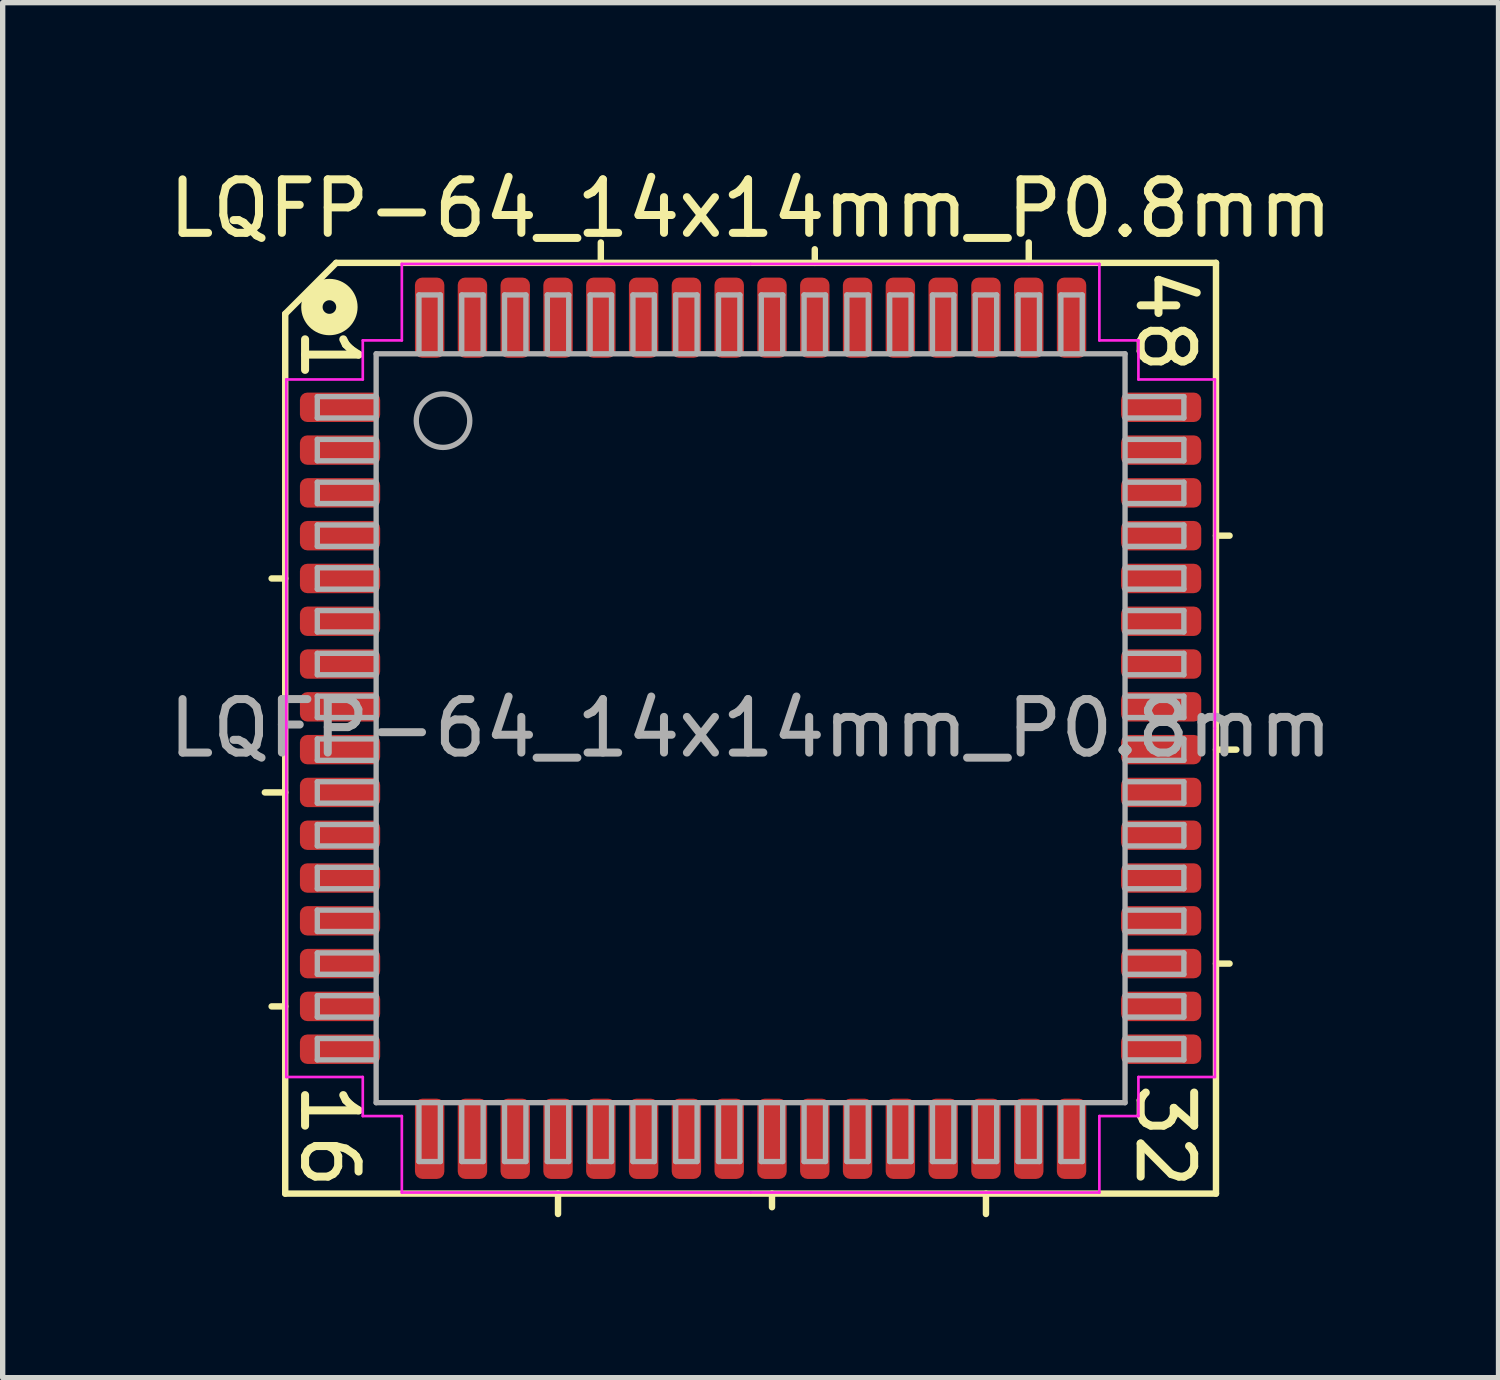
<source format=kicad_pcb>
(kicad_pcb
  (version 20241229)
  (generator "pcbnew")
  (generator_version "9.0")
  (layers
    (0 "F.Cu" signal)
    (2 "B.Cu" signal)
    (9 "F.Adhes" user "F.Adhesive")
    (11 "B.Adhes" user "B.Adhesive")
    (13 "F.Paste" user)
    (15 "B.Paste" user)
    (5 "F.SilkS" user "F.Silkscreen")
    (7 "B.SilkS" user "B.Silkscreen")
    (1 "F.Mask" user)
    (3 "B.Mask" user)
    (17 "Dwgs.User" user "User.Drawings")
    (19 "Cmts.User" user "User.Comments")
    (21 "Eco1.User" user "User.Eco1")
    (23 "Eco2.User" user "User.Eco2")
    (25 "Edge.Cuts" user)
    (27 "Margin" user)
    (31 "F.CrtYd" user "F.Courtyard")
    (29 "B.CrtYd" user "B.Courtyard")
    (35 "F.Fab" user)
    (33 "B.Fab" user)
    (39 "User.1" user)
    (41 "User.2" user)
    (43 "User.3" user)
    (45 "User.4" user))
  (footprint "LQFP-64_14x14mm_P0.8mm"
    (layer "F.Cu")
    (at 10.982 10.564)
    (property "Reference" "LQFP-64_14x14mm_P0.8mm" (at 0 -9.716 0) (layer "F.SilkS") (effects (font (size 1 1) (thickness 0.15))))
    (attr smd)
    (fp_line (start -8.7 -7.747) (end -8.7 8.7) (stroke (width 0.12) (type solid)) (layer "F.SilkS"))
    (fp_line (start -8.7 -2.8) (end -8.954 -2.8) (stroke (width 0.12) (type solid)) (layer "F.SilkS"))
    (fp_line (start -8.7 1.2) (end -9.081 1.2) (stroke (width 0.12) (type solid)) (layer "F.SilkS"))
    (fp_line (start -8.7 5.2) (end -8.954 5.2) (stroke (width 0.12) (type solid)) (layer "F.SilkS"))
    (fp_line (start -8.7 8.7) (end 8.7 8.7) (stroke (width 0.12) (type solid)) (layer "F.SilkS"))
    (fp_line (start -7.747 -8.7) (end -8.7 -7.747) (stroke (width 0.12) (type solid)) (layer "F.SilkS"))
    (fp_line (start -3.6 8.7) (end -3.6 9.081) (stroke (width 0.12) (type solid)) (layer "F.SilkS"))
    (fp_line (start -2.8 -8.7) (end -2.8 -9.081) (stroke (width 0.12) (type solid)) (layer "F.SilkS"))
    (fp_line (start 0.4 8.7) (end 0.4 8.954) (stroke (width 0.12) (type solid)) (layer "F.SilkS"))
    (fp_line (start 1.2 -8.7) (end 1.2 -8.954) (stroke (width 0.12) (type solid)) (layer "F.SilkS"))
    (fp_line (start 4.4 8.7) (end 4.4 9.081) (stroke (width 0.12) (type solid)) (layer "F.SilkS"))
    (fp_line (start 5.2 -8.7) (end 5.2 -9.081) (stroke (width 0.12) (type solid)) (layer "F.SilkS"))
    (fp_line (start 8.7 -8.7) (end -7.747 -8.7) (stroke (width 0.12) (type solid)) (layer "F.SilkS"))
    (fp_line (start 8.7 -3.6) (end 8.954 -3.6) (stroke (width 0.12) (type solid)) (layer "F.SilkS"))
    (fp_line (start 8.7 0.4) (end 9.081 0.4) (stroke (width 0.12) (type solid)) (layer "F.SilkS"))
    (fp_line (start 8.7 4.4) (end 8.954 4.4) (stroke (width 0.12) (type solid)) (layer "F.SilkS"))
    (fp_line (start 8.7 8.7) (end 8.7 -8.7) (stroke (width 0.12) (type solid)) (layer "F.SilkS"))
    (fp_circle (center -7.874 -7.874) (end -7.747 -7.874) (stroke (width 0.4) (type solid)) (fill no) (layer "F.SilkS"))
    (fp_line (start -8.68 -6.52) (end -8.68 0) (stroke (width 0.05) (type solid)) (layer "F.CrtYd"))
    (fp_line (start -8.68 6.52) (end -8.68 0) (stroke (width 0.05) (type solid)) (layer "F.CrtYd"))
    (fp_line (start -7.25 -7.25) (end -7.25 -6.52) (stroke (width 0.05) (type solid)) (layer "F.CrtYd"))
    (fp_line (start -7.25 -6.52) (end -8.68 -6.52) (stroke (width 0.05) (type solid)) (layer "F.CrtYd"))
    (fp_line (start -7.25 6.52) (end -8.68 6.52) (stroke (width 0.05) (type solid)) (layer "F.CrtYd"))
    (fp_line (start -7.25 7.25) (end -7.25 6.52) (stroke (width 0.05) (type solid)) (layer "F.CrtYd"))
    (fp_line (start -6.52 -8.68) (end -6.52 -7.25) (stroke (width 0.05) (type solid)) (layer "F.CrtYd"))
    (fp_line (start -6.52 -7.25) (end -7.25 -7.25) (stroke (width 0.05) (type solid)) (layer "F.CrtYd"))
    (fp_line (start -6.52 7.25) (end -7.25 7.25) (stroke (width 0.05) (type solid)) (layer "F.CrtYd"))
    (fp_line (start -6.52 8.68) (end -6.52 7.25) (stroke (width 0.05) (type solid)) (layer "F.CrtYd"))
    (fp_line (start 0 -8.68) (end -6.52 -8.68) (stroke (width 0.05) (type solid)) (layer "F.CrtYd"))
    (fp_line (start 0 -8.68) (end 6.52 -8.68) (stroke (width 0.05) (type solid)) (layer "F.CrtYd"))
    (fp_line (start 0 8.68) (end -6.52 8.68) (stroke (width 0.05) (type solid)) (layer "F.CrtYd"))
    (fp_line (start 0 8.68) (end 6.52 8.68) (stroke (width 0.05) (type solid)) (layer "F.CrtYd"))
    (fp_line (start 6.52 -8.68) (end 6.52 -7.25) (stroke (width 0.05) (type solid)) (layer "F.CrtYd"))
    (fp_line (start 6.52 -7.25) (end 7.25 -7.25) (stroke (width 0.05) (type solid)) (layer "F.CrtYd"))
    (fp_line (start 6.52 7.25) (end 7.25 7.25) (stroke (width 0.05) (type solid)) (layer "F.CrtYd"))
    (fp_line (start 6.52 8.68) (end 6.52 7.25) (stroke (width 0.05) (type solid)) (layer "F.CrtYd"))
    (fp_line (start 7.25 -7.25) (end 7.25 -6.52) (stroke (width 0.05) (type solid)) (layer "F.CrtYd"))
    (fp_line (start 7.25 -6.52) (end 8.68 -6.52) (stroke (width 0.05) (type solid)) (layer "F.CrtYd"))
    (fp_line (start 7.25 6.52) (end 8.68 6.52) (stroke (width 0.05) (type solid)) (layer "F.CrtYd"))
    (fp_line (start 7.25 7.25) (end 7.25 6.52) (stroke (width 0.05) (type solid)) (layer "F.CrtYd"))
    (fp_line (start 8.68 -6.52) (end 8.68 0) (stroke (width 0.05) (type solid)) (layer "F.CrtYd"))
    (fp_line (start 8.68 6.52) (end 8.68 0) (stroke (width 0.05) (type solid)) (layer "F.CrtYd"))
    (fp_line (start -8.1 -6.2) (end -8.1 -5.8) (stroke (width 0.1) (type solid)) (layer "F.Fab"))
    (fp_line (start -8.1 -6.2) (end -7 -6.2) (stroke (width 0.1) (type solid)) (layer "F.Fab"))
    (fp_line (start -8.1 -5.8) (end -7 -5.8) (stroke (width 0.1) (type solid)) (layer "F.Fab"))
    (fp_line (start -8.1 -5.4) (end -8.1 -5) (stroke (width 0.1) (type solid)) (layer "F.Fab"))
    (fp_line (start -8.1 -5.4) (end -7 -5.4) (stroke (width 0.1) (type solid)) (layer "F.Fab"))
    (fp_line (start -8.1 -5) (end -7 -5) (stroke (width 0.1) (type solid)) (layer "F.Fab"))
    (fp_line (start -8.1 -4.6) (end -8.1 -4.2) (stroke (width 0.1) (type solid)) (layer "F.Fab"))
    (fp_line (start -8.1 -4.6) (end -7 -4.6) (stroke (width 0.1) (type solid)) (layer "F.Fab"))
    (fp_line (start -8.1 -4.2) (end -7 -4.2) (stroke (width 0.1) (type solid)) (layer "F.Fab"))
    (fp_line (start -8.1 -3.8) (end -8.1 -3.4) (stroke (width 0.1) (type solid)) (layer "F.Fab"))
    (fp_line (start -8.1 -3.8) (end -7 -3.8) (stroke (width 0.1) (type solid)) (layer "F.Fab"))
    (fp_line (start -8.1 -3.4) (end -7 -3.4) (stroke (width 0.1) (type solid)) (layer "F.Fab"))
    (fp_line (start -8.1 -3) (end -8.1 -2.6) (stroke (width 0.1) (type solid)) (layer "F.Fab"))
    (fp_line (start -8.1 -3) (end -7 -3) (stroke (width 0.1) (type solid)) (layer "F.Fab"))
    (fp_line (start -8.1 -2.6) (end -7 -2.6) (stroke (width 0.1) (type solid)) (layer "F.Fab"))
    (fp_line (start -8.1 -2.2) (end -8.1 -1.8) (stroke (width 0.1) (type solid)) (layer "F.Fab"))
    (fp_line (start -8.1 -2.2) (end -7 -2.2) (stroke (width 0.1) (type solid)) (layer "F.Fab"))
    (fp_line (start -8.1 -1.8) (end -7 -1.8) (stroke (width 0.1) (type solid)) (layer "F.Fab"))
    (fp_line (start -8.1 -1.4) (end -8.1 -1) (stroke (width 0.1) (type solid)) (layer "F.Fab"))
    (fp_line (start -8.1 -1.4) (end -7 -1.4) (stroke (width 0.1) (type solid)) (layer "F.Fab"))
    (fp_line (start -8.1 -1) (end -7 -1) (stroke (width 0.1) (type solid)) (layer "F.Fab"))
    (fp_line (start -8.1 -0.6) (end -8.1 -0.2) (stroke (width 0.1) (type solid)) (layer "F.Fab"))
    (fp_line (start -8.1 -0.6) (end -7 -0.6) (stroke (width 0.1) (type solid)) (layer "F.Fab"))
    (fp_line (start -8.1 -0.2) (end -7 -0.2) (stroke (width 0.1) (type solid)) (layer "F.Fab"))
    (fp_line (start -8.1 0.2) (end -8.1 0.6) (stroke (width 0.1) (type solid)) (layer "F.Fab"))
    (fp_line (start -8.1 0.2) (end -7 0.2) (stroke (width 0.1) (type solid)) (layer "F.Fab"))
    (fp_line (start -8.1 0.6) (end -7 0.6) (stroke (width 0.1) (type solid)) (layer "F.Fab"))
    (fp_line (start -8.1 1) (end -8.1 1.4) (stroke (width 0.1) (type solid)) (layer "F.Fab"))
    (fp_line (start -8.1 1) (end -7 1) (stroke (width 0.1) (type solid)) (layer "F.Fab"))
    (fp_line (start -8.1 1.4) (end -7 1.4) (stroke (width 0.1) (type solid)) (layer "F.Fab"))
    (fp_line (start -8.1 1.8) (end -8.1 2.2) (stroke (width 0.1) (type solid)) (layer "F.Fab"))
    (fp_line (start -8.1 1.8) (end -7 1.8) (stroke (width 0.1) (type solid)) (layer "F.Fab"))
    (fp_line (start -8.1 2.2) (end -7 2.2) (stroke (width 0.1) (type solid)) (layer "F.Fab"))
    (fp_line (start -8.1 2.6) (end -8.1 3) (stroke (width 0.1) (type solid)) (layer "F.Fab"))
    (fp_line (start -8.1 2.6) (end -7 2.6) (stroke (width 0.1) (type solid)) (layer "F.Fab"))
    (fp_line (start -8.1 3) (end -7 3) (stroke (width 0.1) (type solid)) (layer "F.Fab"))
    (fp_line (start -8.1 3.4) (end -8.1 3.8) (stroke (width 0.1) (type solid)) (layer "F.Fab"))
    (fp_line (start -8.1 3.4) (end -7 3.4) (stroke (width 0.1) (type solid)) (layer "F.Fab"))
    (fp_line (start -8.1 3.8) (end -7 3.8) (stroke (width 0.1) (type solid)) (layer "F.Fab"))
    (fp_line (start -8.1 4.2) (end -8.1 4.6) (stroke (width 0.1) (type solid)) (layer "F.Fab"))
    (fp_line (start -8.1 4.2) (end -7 4.2) (stroke (width 0.1) (type solid)) (layer "F.Fab"))
    (fp_line (start -8.1 4.6) (end -7 4.6) (stroke (width 0.1) (type solid)) (layer "F.Fab"))
    (fp_line (start -8.1 5) (end -8.1 5.4) (stroke (width 0.1) (type solid)) (layer "F.Fab"))
    (fp_line (start -8.1 5) (end -7 5) (stroke (width 0.1) (type solid)) (layer "F.Fab"))
    (fp_line (start -8.1 5.4) (end -7 5.4) (stroke (width 0.1) (type solid)) (layer "F.Fab"))
    (fp_line (start -8.1 5.8) (end -8.1 6.2) (stroke (width 0.1) (type solid)) (layer "F.Fab"))
    (fp_line (start -8.1 5.8) (end -7 5.8) (stroke (width 0.1) (type solid)) (layer "F.Fab"))
    (fp_line (start -8.1 6.2) (end -7 6.2) (stroke (width 0.1) (type solid)) (layer "F.Fab"))
    (fp_line (start -7 -7) (end 7 -7) (stroke (width 0.1) (type solid)) (layer "F.Fab"))
    (fp_line (start -7 7) (end -7 -7) (stroke (width 0.1) (type solid)) (layer "F.Fab"))
    (fp_line (start -6.2 -8.1) (end -6.2 -7) (stroke (width 0.1) (type solid)) (layer "F.Fab"))
    (fp_line (start -6.2 8.1) (end -6.2 7) (stroke (width 0.1) (type solid)) (layer "F.Fab"))
    (fp_line (start -6.2 8.1) (end -5.8 8.1) (stroke (width 0.1) (type solid)) (layer "F.Fab"))
    (fp_line (start -5.8 -8.1) (end -6.2 -8.1) (stroke (width 0.1) (type solid)) (layer "F.Fab"))
    (fp_line (start -5.8 -8.1) (end -5.8 -7) (stroke (width 0.1) (type solid)) (layer "F.Fab"))
    (fp_line (start -5.8 8.1) (end -5.8 7) (stroke (width 0.1) (type solid)) (layer "F.Fab"))
    (fp_line (start -5.4 -8.1) (end -5.4 -7) (stroke (width 0.1) (type solid)) (layer "F.Fab"))
    (fp_line (start -5.4 8.1) (end -5.4 7) (stroke (width 0.1) (type solid)) (layer "F.Fab"))
    (fp_line (start -5.4 8.1) (end -5 8.1) (stroke (width 0.1) (type solid)) (layer "F.Fab"))
    (fp_line (start -5 -8.1) (end -5.4 -8.1) (stroke (width 0.1) (type solid)) (layer "F.Fab"))
    (fp_line (start -5 -8.1) (end -5 -7) (stroke (width 0.1) (type solid)) (layer "F.Fab"))
    (fp_line (start -5 8.1) (end -5 7) (stroke (width 0.1) (type solid)) (layer "F.Fab"))
    (fp_line (start -4.6 -8.1) (end -4.6 -7) (stroke (width 0.1) (type solid)) (layer "F.Fab"))
    (fp_line (start -4.6 8.1) (end -4.6 7) (stroke (width 0.1) (type solid)) (layer "F.Fab"))
    (fp_line (start -4.6 8.1) (end -4.2 8.1) (stroke (width 0.1) (type solid)) (layer "F.Fab"))
    (fp_line (start -4.2 -8.1) (end -4.6 -8.1) (stroke (width 0.1) (type solid)) (layer "F.Fab"))
    (fp_line (start -4.2 -8.1) (end -4.2 -7) (stroke (width 0.1) (type solid)) (layer "F.Fab"))
    (fp_line (start -4.2 8.1) (end -4.2 7) (stroke (width 0.1) (type solid)) (layer "F.Fab"))
    (fp_line (start -3.8 -8.1) (end -3.8 -7) (stroke (width 0.1) (type solid)) (layer "F.Fab"))
    (fp_line (start -3.8 8.1) (end -3.8 7) (stroke (width 0.1) (type solid)) (layer "F.Fab"))
    (fp_line (start -3.8 8.1) (end -3.4 8.1) (stroke (width 0.1) (type solid)) (layer "F.Fab"))
    (fp_line (start -3.4 -8.1) (end -3.8 -8.1) (stroke (width 0.1) (type solid)) (layer "F.Fab"))
    (fp_line (start -3.4 -8.1) (end -3.4 -7) (stroke (width 0.1) (type solid)) (layer "F.Fab"))
    (fp_line (start -3.4 8.1) (end -3.4 7) (stroke (width 0.1) (type solid)) (layer "F.Fab"))
    (fp_line (start -3 -8.1) (end -3 -7) (stroke (width 0.1) (type solid)) (layer "F.Fab"))
    (fp_line (start -3 8.1) (end -3 7) (stroke (width 0.1) (type solid)) (layer "F.Fab"))
    (fp_line (start -3 8.1) (end -2.6 8.1) (stroke (width 0.1) (type solid)) (layer "F.Fab"))
    (fp_line (start -2.6 -8.1) (end -3 -8.1) (stroke (width 0.1) (type solid)) (layer "F.Fab"))
    (fp_line (start -2.6 -8.1) (end -2.6 -7) (stroke (width 0.1) (type solid)) (layer "F.Fab"))
    (fp_line (start -2.6 8.1) (end -2.6 7) (stroke (width 0.1) (type solid)) (layer "F.Fab"))
    (fp_line (start -2.2 -8.1) (end -2.2 -7) (stroke (width 0.1) (type solid)) (layer "F.Fab"))
    (fp_line (start -2.2 8.1) (end -2.2 7) (stroke (width 0.1) (type solid)) (layer "F.Fab"))
    (fp_line (start -2.2 8.1) (end -1.8 8.1) (stroke (width 0.1) (type solid)) (layer "F.Fab"))
    (fp_line (start -1.8 -8.1) (end -2.2 -8.1) (stroke (width 0.1) (type solid)) (layer "F.Fab"))
    (fp_line (start -1.8 -8.1) (end -1.8 -7) (stroke (width 0.1) (type solid)) (layer "F.Fab"))
    (fp_line (start -1.8 8.1) (end -1.8 7) (stroke (width 0.1) (type solid)) (layer "F.Fab"))
    (fp_line (start -1.4 -8.1) (end -1.4 -7) (stroke (width 0.1) (type solid)) (layer "F.Fab"))
    (fp_line (start -1.4 8.1) (end -1.4 7) (stroke (width 0.1) (type solid)) (layer "F.Fab"))
    (fp_line (start -1.4 8.1) (end -1 8.1) (stroke (width 0.1) (type solid)) (layer "F.Fab"))
    (fp_line (start -1 -8.1) (end -1.4 -8.1) (stroke (width 0.1) (type solid)) (layer "F.Fab"))
    (fp_line (start -1 -8.1) (end -1 -7) (stroke (width 0.1) (type solid)) (layer "F.Fab"))
    (fp_line (start -1 8.1) (end -1 7) (stroke (width 0.1) (type solid)) (layer "F.Fab"))
    (fp_line (start -0.6 -8.1) (end -0.6 -7) (stroke (width 0.1) (type solid)) (layer "F.Fab"))
    (fp_line (start -0.6 8.1) (end -0.6 7) (stroke (width 0.1) (type solid)) (layer "F.Fab"))
    (fp_line (start -0.6 8.1) (end -0.2 8.1) (stroke (width 0.1) (type solid)) (layer "F.Fab"))
    (fp_line (start -0.2 -8.1) (end -0.6 -8.1) (stroke (width 0.1) (type solid)) (layer "F.Fab"))
    (fp_line (start -0.2 -8.1) (end -0.2 -7) (stroke (width 0.1) (type solid)) (layer "F.Fab"))
    (fp_line (start -0.2 8.1) (end -0.2 7) (stroke (width 0.1) (type solid)) (layer "F.Fab"))
    (fp_line (start 0.2 -8.1) (end 0.2 -7) (stroke (width 0.1) (type solid)) (layer "F.Fab"))
    (fp_line (start 0.2 8.1) (end 0.2 7) (stroke (width 0.1) (type solid)) (layer "F.Fab"))
    (fp_line (start 0.2 8.1) (end 0.6 8.1) (stroke (width 0.1) (type solid)) (layer "F.Fab"))
    (fp_line (start 0.6 -8.1) (end 0.2 -8.1) (stroke (width 0.1) (type solid)) (layer "F.Fab"))
    (fp_line (start 0.6 -8.1) (end 0.6 -7) (stroke (width 0.1) (type solid)) (layer "F.Fab"))
    (fp_line (start 0.6 8.1) (end 0.6 7) (stroke (width 0.1) (type solid)) (layer "F.Fab"))
    (fp_line (start 1 -8.1) (end 1 -7) (stroke (width 0.1) (type solid)) (layer "F.Fab"))
    (fp_line (start 1 8.1) (end 1 7) (stroke (width 0.1) (type solid)) (layer "F.Fab"))
    (fp_line (start 1 8.1) (end 1.4 8.1) (stroke (width 0.1) (type solid)) (layer "F.Fab"))
    (fp_line (start 1.4 -8.1) (end 1 -8.1) (stroke (width 0.1) (type solid)) (layer "F.Fab"))
    (fp_line (start 1.4 -8.1) (end 1.4 -7) (stroke (width 0.1) (type solid)) (layer "F.Fab"))
    (fp_line (start 1.4 8.1) (end 1.4 7) (stroke (width 0.1) (type solid)) (layer "F.Fab"))
    (fp_line (start 1.8 -8.1) (end 1.8 -7) (stroke (width 0.1) (type solid)) (layer "F.Fab"))
    (fp_line (start 1.8 8.1) (end 1.8 7) (stroke (width 0.1) (type solid)) (layer "F.Fab"))
    (fp_line (start 1.8 8.1) (end 2.2 8.1) (stroke (width 0.1) (type solid)) (layer "F.Fab"))
    (fp_line (start 2.2 -8.1) (end 1.8 -8.1) (stroke (width 0.1) (type solid)) (layer "F.Fab"))
    (fp_line (start 2.2 -8.1) (end 2.2 -7) (stroke (width 0.1) (type solid)) (layer "F.Fab"))
    (fp_line (start 2.2 8.1) (end 2.2 7) (stroke (width 0.1) (type solid)) (layer "F.Fab"))
    (fp_line (start 2.6 -8.1) (end 2.6 -7) (stroke (width 0.1) (type solid)) (layer "F.Fab"))
    (fp_line (start 2.6 8.1) (end 2.6 7) (stroke (width 0.1) (type solid)) (layer "F.Fab"))
    (fp_line (start 2.6 8.1) (end 3 8.1) (stroke (width 0.1) (type solid)) (layer "F.Fab"))
    (fp_line (start 3 -8.1) (end 2.6 -8.1) (stroke (width 0.1) (type solid)) (layer "F.Fab"))
    (fp_line (start 3 -8.1) (end 3 -7) (stroke (width 0.1) (type solid)) (layer "F.Fab"))
    (fp_line (start 3 8.1) (end 3 7) (stroke (width 0.1) (type solid)) (layer "F.Fab"))
    (fp_line (start 3.4 -8.1) (end 3.4 -7) (stroke (width 0.1) (type solid)) (layer "F.Fab"))
    (fp_line (start 3.4 8.1) (end 3.4 7) (stroke (width 0.1) (type solid)) (layer "F.Fab"))
    (fp_line (start 3.4 8.1) (end 3.8 8.1) (stroke (width 0.1) (type solid)) (layer "F.Fab"))
    (fp_line (start 3.8 -8.1) (end 3.4 -8.1) (stroke (width 0.1) (type solid)) (layer "F.Fab"))
    (fp_line (start 3.8 -8.1) (end 3.8 -7) (stroke (width 0.1) (type solid)) (layer "F.Fab"))
    (fp_line (start 3.8 8.1) (end 3.8 7) (stroke (width 0.1) (type solid)) (layer "F.Fab"))
    (fp_line (start 4.2 -8.1) (end 4.2 -7) (stroke (width 0.1) (type solid)) (layer "F.Fab"))
    (fp_line (start 4.2 8.1) (end 4.2 7) (stroke (width 0.1) (type solid)) (layer "F.Fab"))
    (fp_line (start 4.2 8.1) (end 4.6 8.1) (stroke (width 0.1) (type solid)) (layer "F.Fab"))
    (fp_line (start 4.6 -8.1) (end 4.2 -8.1) (stroke (width 0.1) (type solid)) (layer "F.Fab"))
    (fp_line (start 4.6 -8.1) (end 4.6 -7) (stroke (width 0.1) (type solid)) (layer "F.Fab"))
    (fp_line (start 4.6 8.1) (end 4.6 7) (stroke (width 0.1) (type solid)) (layer "F.Fab"))
    (fp_line (start 5 -8.1) (end 5 -7) (stroke (width 0.1) (type solid)) (layer "F.Fab"))
    (fp_line (start 5 8.1) (end 5 7) (stroke (width 0.1) (type solid)) (layer "F.Fab"))
    (fp_line (start 5 8.1) (end 5.4 8.1) (stroke (width 0.1) (type solid)) (layer "F.Fab"))
    (fp_line (start 5.4 -8.1) (end 5 -8.1) (stroke (width 0.1) (type solid)) (layer "F.Fab"))
    (fp_line (start 5.4 -8.1) (end 5.4 -7) (stroke (width 0.1) (type solid)) (layer "F.Fab"))
    (fp_line (start 5.4 8.1) (end 5.4 7) (stroke (width 0.1) (type solid)) (layer "F.Fab"))
    (fp_line (start 5.8 -8.1) (end 5.8 -7) (stroke (width 0.1) (type solid)) (layer "F.Fab"))
    (fp_line (start 5.8 8.1) (end 5.8 7) (stroke (width 0.1) (type solid)) (layer "F.Fab"))
    (fp_line (start 5.8 8.1) (end 6.2 8.1) (stroke (width 0.1) (type solid)) (layer "F.Fab"))
    (fp_line (start 6.2 -8.1) (end 5.8 -8.1) (stroke (width 0.1) (type solid)) (layer "F.Fab"))
    (fp_line (start 6.2 -8.1) (end 6.2 -7) (stroke (width 0.1) (type solid)) (layer "F.Fab"))
    (fp_line (start 6.2 8.1) (end 6.2 7) (stroke (width 0.1) (type solid)) (layer "F.Fab"))
    (fp_line (start 7 -7) (end 7 7) (stroke (width 0.1) (type solid)) (layer "F.Fab"))
    (fp_line (start 7 7) (end -7 7) (stroke (width 0.1) (type solid)) (layer "F.Fab"))
    (fp_line (start 8.1 -6.2) (end 7 -6.2) (stroke (width 0.1) (type solid)) (layer "F.Fab"))
    (fp_line (start 8.1 -5.8) (end 7 -5.8) (stroke (width 0.1) (type solid)) (layer "F.Fab"))
    (fp_line (start 8.1 -5.8) (end 8.1 -6.2) (stroke (width 0.1) (type solid)) (layer "F.Fab"))
    (fp_line (start 8.1 -5.4) (end 7 -5.4) (stroke (width 0.1) (type solid)) (layer "F.Fab"))
    (fp_line (start 8.1 -5) (end 7 -5) (stroke (width 0.1) (type solid)) (layer "F.Fab"))
    (fp_line (start 8.1 -5) (end 8.1 -5.4) (stroke (width 0.1) (type solid)) (layer "F.Fab"))
    (fp_line (start 8.1 -4.6) (end 7 -4.6) (stroke (width 0.1) (type solid)) (layer "F.Fab"))
    (fp_line (start 8.1 -4.2) (end 7 -4.2) (stroke (width 0.1) (type solid)) (layer "F.Fab"))
    (fp_line (start 8.1 -4.2) (end 8.1 -4.6) (stroke (width 0.1) (type solid)) (layer "F.Fab"))
    (fp_line (start 8.1 -3.8) (end 7 -3.8) (stroke (width 0.1) (type solid)) (layer "F.Fab"))
    (fp_line (start 8.1 -3.4) (end 7 -3.4) (stroke (width 0.1) (type solid)) (layer "F.Fab"))
    (fp_line (start 8.1 -3.4) (end 8.1 -3.8) (stroke (width 0.1) (type solid)) (layer "F.Fab"))
    (fp_line (start 8.1 -3) (end 7 -3) (stroke (width 0.1) (type solid)) (layer "F.Fab"))
    (fp_line (start 8.1 -2.6) (end 7 -2.6) (stroke (width 0.1) (type solid)) (layer "F.Fab"))
    (fp_line (start 8.1 -2.6) (end 8.1 -3) (stroke (width 0.1) (type solid)) (layer "F.Fab"))
    (fp_line (start 8.1 -2.2) (end 7 -2.2) (stroke (width 0.1) (type solid)) (layer "F.Fab"))
    (fp_line (start 8.1 -1.8) (end 7 -1.8) (stroke (width 0.1) (type solid)) (layer "F.Fab"))
    (fp_line (start 8.1 -1.8) (end 8.1 -2.2) (stroke (width 0.1) (type solid)) (layer "F.Fab"))
    (fp_line (start 8.1 -1.4) (end 7 -1.4) (stroke (width 0.1) (type solid)) (layer "F.Fab"))
    (fp_line (start 8.1 -1) (end 7 -1) (stroke (width 0.1) (type solid)) (layer "F.Fab"))
    (fp_line (start 8.1 -1) (end 8.1 -1.4) (stroke (width 0.1) (type solid)) (layer "F.Fab"))
    (fp_line (start 8.1 -0.6) (end 7 -0.6) (stroke (width 0.1) (type solid)) (layer "F.Fab"))
    (fp_line (start 8.1 -0.2) (end 7 -0.2) (stroke (width 0.1) (type solid)) (layer "F.Fab"))
    (fp_line (start 8.1 -0.2) (end 8.1 -0.6) (stroke (width 0.1) (type solid)) (layer "F.Fab"))
    (fp_line (start 8.1 0.2) (end 7 0.2) (stroke (width 0.1) (type solid)) (layer "F.Fab"))
    (fp_line (start 8.1 0.6) (end 7 0.6) (stroke (width 0.1) (type solid)) (layer "F.Fab"))
    (fp_line (start 8.1 0.6) (end 8.1 0.2) (stroke (width 0.1) (type solid)) (layer "F.Fab"))
    (fp_line (start 8.1 1) (end 7 1) (stroke (width 0.1) (type solid)) (layer "F.Fab"))
    (fp_line (start 8.1 1.4) (end 7 1.4) (stroke (width 0.1) (type solid)) (layer "F.Fab"))
    (fp_line (start 8.1 1.4) (end 8.1 1) (stroke (width 0.1) (type solid)) (layer "F.Fab"))
    (fp_line (start 8.1 1.8) (end 7 1.8) (stroke (width 0.1) (type solid)) (layer "F.Fab"))
    (fp_line (start 8.1 2.2) (end 7 2.2) (stroke (width 0.1) (type solid)) (layer "F.Fab"))
    (fp_line (start 8.1 2.2) (end 8.1 1.8) (stroke (width 0.1) (type solid)) (layer "F.Fab"))
    (fp_line (start 8.1 2.6) (end 7 2.6) (stroke (width 0.1) (type solid)) (layer "F.Fab"))
    (fp_line (start 8.1 3) (end 7 3) (stroke (width 0.1) (type solid)) (layer "F.Fab"))
    (fp_line (start 8.1 3) (end 8.1 2.6) (stroke (width 0.1) (type solid)) (layer "F.Fab"))
    (fp_line (start 8.1 3.4) (end 7 3.4) (stroke (width 0.1) (type solid)) (layer "F.Fab"))
    (fp_line (start 8.1 3.8) (end 7 3.8) (stroke (width 0.1) (type solid)) (layer "F.Fab"))
    (fp_line (start 8.1 3.8) (end 8.1 3.4) (stroke (width 0.1) (type solid)) (layer "F.Fab"))
    (fp_line (start 8.1 4.2) (end 7 4.2) (stroke (width 0.1) (type solid)) (layer "F.Fab"))
    (fp_line (start 8.1 4.6) (end 7 4.6) (stroke (width 0.1) (type solid)) (layer "F.Fab"))
    (fp_line (start 8.1 4.6) (end 8.1 4.2) (stroke (width 0.1) (type solid)) (layer "F.Fab"))
    (fp_line (start 8.1 5) (end 7 5) (stroke (width 0.1) (type solid)) (layer "F.Fab"))
    (fp_line (start 8.1 5.4) (end 7 5.4) (stroke (width 0.1) (type solid)) (layer "F.Fab"))
    (fp_line (start 8.1 5.4) (end 8.1 5) (stroke (width 0.1) (type solid)) (layer "F.Fab"))
    (fp_line (start 8.1 5.8) (end 7 5.8) (stroke (width 0.1) (type solid)) (layer "F.Fab"))
    (fp_line (start 8.1 6.2) (end 7 6.2) (stroke (width 0.1) (type solid)) (layer "F.Fab"))
    (fp_line (start 8.1 6.2) (end 8.1 5.8) (stroke (width 0.1) (type solid)) (layer "F.Fab"))
    (fp_circle (center -5.75 -5.75) (end -5.25 -5.75) (stroke (width 0.1) (type solid)) (fill no) (layer "F.Fab"))
    (fp_text user "1" (at -7.874 -6.985 270) (unlocked yes) (layer "F.SilkS") (effects (font (size 1 1) (thickness 0.15))))
    (fp_text user "16" (at -7.874 7.62 270) (unlocked yes) (layer "F.SilkS") (effects (font (size 1 1) (thickness 0.15))))
    (fp_text user "48" (at 7.747 -7.62 270) (unlocked yes) (layer "F.SilkS") (effects (font (size 1 1) (thickness 0.15))))
    (fp_text user "32" (at 7.747 7.62 270) (unlocked yes) (layer "F.SilkS") (effects (font (size 1 1) (thickness 0.15))))
    (fp_text user "${REFERENCE}" (at 0 0 0) (layer "F.Fab") (effects (font (size 1 1) (thickness 0.15))))
    (pad "1" smd roundrect (at -7.675 -6) (size 1.5 0.55) (layers "F.Cu" "F.Mask" "F.Paste") (roundrect_rratio 0.25))
    (pad "2" smd roundrect (at -7.675 -5.2) (size 1.5 0.55) (layers "F.Cu" "F.Mask" "F.Paste") (roundrect_rratio 0.25))
    (pad "3" smd roundrect (at -7.675 -4.4) (size 1.5 0.55) (layers "F.Cu" "F.Mask" "F.Paste") (roundrect_rratio 0.25))
    (pad "4" smd roundrect (at -7.675 -3.6) (size 1.5 0.55) (layers "F.Cu" "F.Mask" "F.Paste") (roundrect_rratio 0.25))
    (pad "5" smd roundrect (at -7.675 -2.8) (size 1.5 0.55) (layers "F.Cu" "F.Mask" "F.Paste") (roundrect_rratio 0.25))
    (pad "6" smd roundrect (at -7.675 -2) (size 1.5 0.55) (layers "F.Cu" "F.Mask" "F.Paste") (roundrect_rratio 0.25))
    (pad "7" smd roundrect (at -7.675 -1.2) (size 1.5 0.55) (layers "F.Cu" "F.Mask" "F.Paste") (roundrect_rratio 0.25))
    (pad "8" smd roundrect (at -7.675 -0.4) (size 1.5 0.55) (layers "F.Cu" "F.Mask" "F.Paste") (roundrect_rratio 0.25))
    (pad "9" smd roundrect (at -7.675 0.4) (size 1.5 0.55) (layers "F.Cu" "F.Mask" "F.Paste") (roundrect_rratio 0.25))
    (pad "10" smd roundrect (at -7.675 1.2) (size 1.5 0.55) (layers "F.Cu" "F.Mask" "F.Paste") (roundrect_rratio 0.25))
    (pad "11" smd roundrect (at -7.675 2) (size 1.5 0.55) (layers "F.Cu" "F.Mask" "F.Paste") (roundrect_rratio 0.25))
    (pad "12" smd roundrect (at -7.675 2.8) (size 1.5 0.55) (layers "F.Cu" "F.Mask" "F.Paste") (roundrect_rratio 0.25))
    (pad "13" smd roundrect (at -7.675 3.6) (size 1.5 0.55) (layers "F.Cu" "F.Mask" "F.Paste") (roundrect_rratio 0.25))
    (pad "14" smd roundrect (at -7.675 4.4) (size 1.5 0.55) (layers "F.Cu" "F.Mask" "F.Paste") (roundrect_rratio 0.25))
    (pad "15" smd roundrect (at -7.675 5.2) (size 1.5 0.55) (layers "F.Cu" "F.Mask" "F.Paste") (roundrect_rratio 0.25))
    (pad "16" smd roundrect (at -7.675 6) (size 1.5 0.55) (layers "F.Cu" "F.Mask" "F.Paste") (roundrect_rratio 0.25))
    (pad "17" smd roundrect (at -6 7.675) (size 0.55 1.5) (layers "F.Cu" "F.Mask" "F.Paste") (roundrect_rratio 0.25))
    (pad "18" smd roundrect (at -5.2 7.675) (size 0.55 1.5) (layers "F.Cu" "F.Mask" "F.Paste") (roundrect_rratio 0.25))
    (pad "19" smd roundrect (at -4.4 7.675) (size 0.55 1.5) (layers "F.Cu" "F.Mask" "F.Paste") (roundrect_rratio 0.25))
    (pad "20" smd roundrect (at -3.6 7.675) (size 0.55 1.5) (layers "F.Cu" "F.Mask" "F.Paste") (roundrect_rratio 0.25))
    (pad "21" smd roundrect (at -2.8 7.675) (size 0.55 1.5) (layers "F.Cu" "F.Mask" "F.Paste") (roundrect_rratio 0.25))
    (pad "22" smd roundrect (at -2 7.675) (size 0.55 1.5) (layers "F.Cu" "F.Mask" "F.Paste") (roundrect_rratio 0.25))
    (pad "23" smd roundrect (at -1.2 7.675) (size 0.55 1.5) (layers "F.Cu" "F.Mask" "F.Paste") (roundrect_rratio 0.25))
    (pad "24" smd roundrect (at -0.4 7.675) (size 0.55 1.5) (layers "F.Cu" "F.Mask" "F.Paste") (roundrect_rratio 0.25))
    (pad "25" smd roundrect (at 0.4 7.675) (size 0.55 1.5) (layers "F.Cu" "F.Mask" "F.Paste") (roundrect_rratio 0.25))
    (pad "26" smd roundrect (at 1.2 7.675) (size 0.55 1.5) (layers "F.Cu" "F.Mask" "F.Paste") (roundrect_rratio 0.25))
    (pad "27" smd roundrect (at 2 7.675) (size 0.55 1.5) (layers "F.Cu" "F.Mask" "F.Paste") (roundrect_rratio 0.25))
    (pad "28" smd roundrect (at 2.8 7.675) (size 0.55 1.5) (layers "F.Cu" "F.Mask" "F.Paste") (roundrect_rratio 0.25))
    (pad "29" smd roundrect (at 3.6 7.675) (size 0.55 1.5) (layers "F.Cu" "F.Mask" "F.Paste") (roundrect_rratio 0.25))
    (pad "30" smd roundrect (at 4.4 7.675) (size 0.55 1.5) (layers "F.Cu" "F.Mask" "F.Paste") (roundrect_rratio 0.25))
    (pad "31" smd roundrect (at 5.2 7.675) (size 0.55 1.5) (layers "F.Cu" "F.Mask" "F.Paste") (roundrect_rratio 0.25))
    (pad "32" smd roundrect (at 6 7.675) (size 0.55 1.5) (layers "F.Cu" "F.Mask" "F.Paste") (roundrect_rratio 0.25))
    (pad "33" smd roundrect (at 7.675 6) (size 1.5 0.55) (layers "F.Cu" "F.Mask" "F.Paste") (roundrect_rratio 0.25))
    (pad "34" smd roundrect (at 7.675 5.2) (size 1.5 0.55) (layers "F.Cu" "F.Mask" "F.Paste") (roundrect_rratio 0.25))
    (pad "35" smd roundrect (at 7.675 4.4) (size 1.5 0.55) (layers "F.Cu" "F.Mask" "F.Paste") (roundrect_rratio 0.25))
    (pad "36" smd roundrect (at 7.675 3.6) (size 1.5 0.55) (layers "F.Cu" "F.Mask" "F.Paste") (roundrect_rratio 0.25))
    (pad "37" smd roundrect (at 7.675 2.8) (size 1.5 0.55) (layers "F.Cu" "F.Mask" "F.Paste") (roundrect_rratio 0.25))
    (pad "38" smd roundrect (at 7.675 2) (size 1.5 0.55) (layers "F.Cu" "F.Mask" "F.Paste") (roundrect_rratio 0.25))
    (pad "39" smd roundrect (at 7.675 1.2) (size 1.5 0.55) (layers "F.Cu" "F.Mask" "F.Paste") (roundrect_rratio 0.25))
    (pad "40" smd roundrect (at 7.675 0.4) (size 1.5 0.55) (layers "F.Cu" "F.Mask" "F.Paste") (roundrect_rratio 0.25))
    (pad "41" smd roundrect (at 7.675 -0.4) (size 1.5 0.55) (layers "F.Cu" "F.Mask" "F.Paste") (roundrect_rratio 0.25))
    (pad "42" smd roundrect (at 7.675 -1.2) (size 1.5 0.55) (layers "F.Cu" "F.Mask" "F.Paste") (roundrect_rratio 0.25))
    (pad "43" smd roundrect (at 7.675 -2) (size 1.5 0.55) (layers "F.Cu" "F.Mask" "F.Paste") (roundrect_rratio 0.25))
    (pad "44" smd roundrect (at 7.675 -2.8) (size 1.5 0.55) (layers "F.Cu" "F.Mask" "F.Paste") (roundrect_rratio 0.25))
    (pad "45" smd roundrect (at 7.675 -3.6) (size 1.5 0.55) (layers "F.Cu" "F.Mask" "F.Paste") (roundrect_rratio 0.25))
    (pad "46" smd roundrect (at 7.675 -4.4) (size 1.5 0.55) (layers "F.Cu" "F.Mask" "F.Paste") (roundrect_rratio 0.25))
    (pad "47" smd roundrect (at 7.675 -5.2) (size 1.5 0.55) (layers "F.Cu" "F.Mask" "F.Paste") (roundrect_rratio 0.25))
    (pad "48" smd roundrect (at 7.675 -6) (size 1.5 0.55) (layers "F.Cu" "F.Mask" "F.Paste") (roundrect_rratio 0.25))
    (pad "49" smd roundrect (at 6 -7.675) (size 0.55 1.5) (layers "F.Cu" "F.Mask" "F.Paste") (roundrect_rratio 0.25))
    (pad "50" smd roundrect (at 5.2 -7.675) (size 0.55 1.5) (layers "F.Cu" "F.Mask" "F.Paste") (roundrect_rratio 0.25))
    (pad "51" smd roundrect (at 4.4 -7.675) (size 0.55 1.5) (layers "F.Cu" "F.Mask" "F.Paste") (roundrect_rratio 0.25))
    (pad "52" smd roundrect (at 3.6 -7.675) (size 0.55 1.5) (layers "F.Cu" "F.Mask" "F.Paste") (roundrect_rratio 0.25))
    (pad "53" smd roundrect (at 2.8 -7.675) (size 0.55 1.5) (layers "F.Cu" "F.Mask" "F.Paste") (roundrect_rratio 0.25))
    (pad "54" smd roundrect (at 2 -7.675) (size 0.55 1.5) (layers "F.Cu" "F.Mask" "F.Paste") (roundrect_rratio 0.25))
    (pad "55" smd roundrect (at 1.2 -7.675) (size 0.55 1.5) (layers "F.Cu" "F.Mask" "F.Paste") (roundrect_rratio 0.25))
    (pad "56" smd roundrect (at 0.4 -7.675) (size 0.55 1.5) (layers "F.Cu" "F.Mask" "F.Paste") (roundrect_rratio 0.25))
    (pad "57" smd roundrect (at -0.4 -7.675) (size 0.55 1.5) (layers "F.Cu" "F.Mask" "F.Paste") (roundrect_rratio 0.25))
    (pad "58" smd roundrect (at -1.2 -7.675) (size 0.55 1.5) (layers "F.Cu" "F.Mask" "F.Paste") (roundrect_rratio 0.25))
    (pad "59" smd roundrect (at -2 -7.675) (size 0.55 1.5) (layers "F.Cu" "F.Mask" "F.Paste") (roundrect_rratio 0.25))
    (pad "60" smd roundrect (at -2.8 -7.675) (size 0.55 1.5) (layers "F.Cu" "F.Mask" "F.Paste") (roundrect_rratio 0.25))
    (pad "61" smd roundrect (at -3.6 -7.675) (size 0.55 1.5) (layers "F.Cu" "F.Mask" "F.Paste") (roundrect_rratio 0.25))
    (pad "62" smd roundrect (at -4.4 -7.675) (size 0.55 1.5) (layers "F.Cu" "F.Mask" "F.Paste") (roundrect_rratio 0.25))
    (pad "63" smd roundrect (at -5.2 -7.675) (size 0.55 1.5) (layers "F.Cu" "F.Mask" "F.Paste") (roundrect_rratio 0.25))
    (pad "64" smd roundrect (at -6 -7.675) (size 0.55 1.5) (layers "F.Cu" "F.Mask" "F.Paste") (roundrect_rratio 0.25)))
  (gr_rect
    (start -3 -3)
    (end 24.964 22.705)
    (stroke (width 0.1) (type default))
    (fill no)
    (layer "Edge.Cuts")))
</source>
